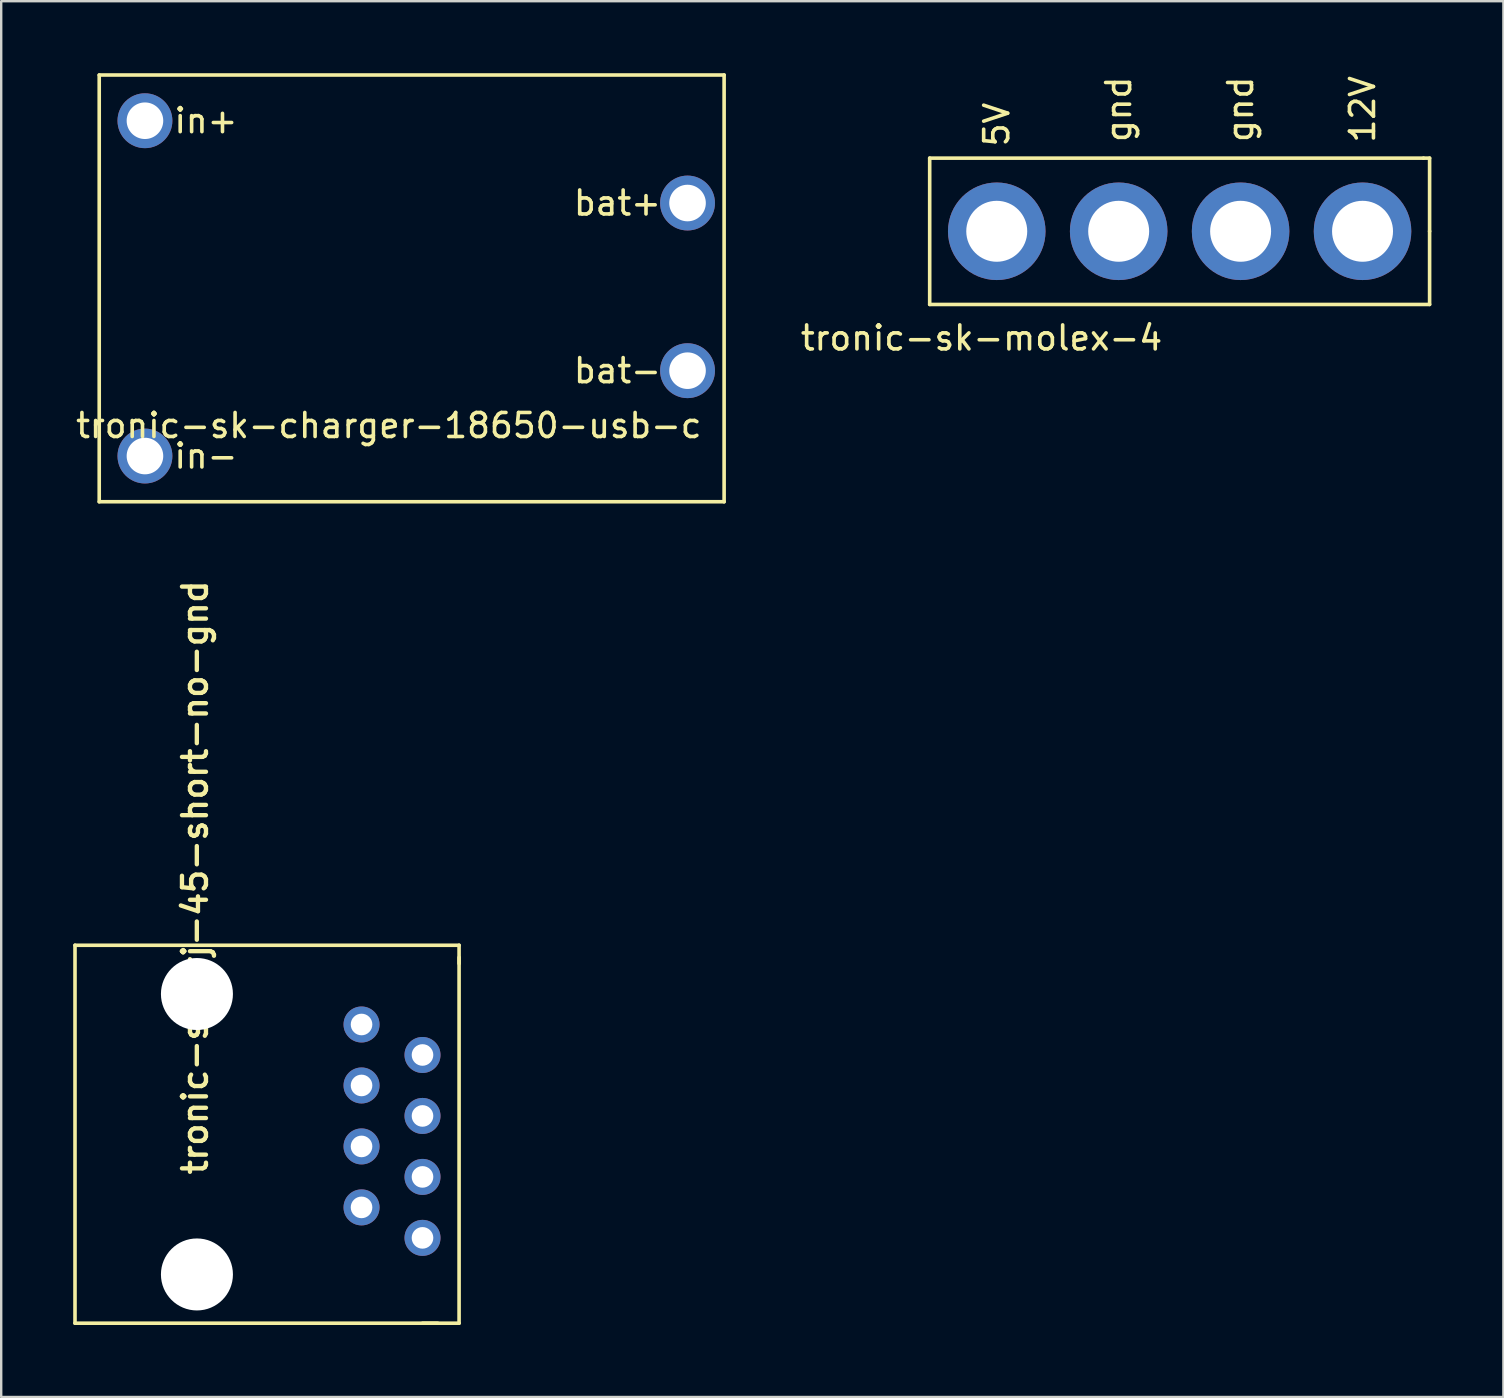
<source format=kicad_pcb>
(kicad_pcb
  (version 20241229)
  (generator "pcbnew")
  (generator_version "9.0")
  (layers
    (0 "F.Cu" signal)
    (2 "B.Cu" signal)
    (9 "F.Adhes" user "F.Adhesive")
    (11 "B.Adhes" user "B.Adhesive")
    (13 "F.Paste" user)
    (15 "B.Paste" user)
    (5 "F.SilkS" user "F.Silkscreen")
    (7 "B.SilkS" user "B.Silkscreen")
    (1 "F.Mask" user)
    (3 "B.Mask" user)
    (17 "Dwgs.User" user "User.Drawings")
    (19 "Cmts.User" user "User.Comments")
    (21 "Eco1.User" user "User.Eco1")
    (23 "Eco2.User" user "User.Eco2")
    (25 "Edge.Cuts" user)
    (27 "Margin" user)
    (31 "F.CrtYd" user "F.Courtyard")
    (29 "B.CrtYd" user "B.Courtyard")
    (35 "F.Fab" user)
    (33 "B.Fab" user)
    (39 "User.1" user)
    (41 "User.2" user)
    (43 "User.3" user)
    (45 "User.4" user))
  (footprint "tronic-sk-rj-45-short-no-gnd"
    (layer "F.Cu")
    (at 10.235 44.714)
    (property "Reference" "tronic-sk-rj-45-short-no-gnd" (at -4.572 1.27 90) (layer "F.SilkS") (effects (font (size 1 1) (thickness 0.18)) (justify left bottom)))
    (attr through_hole)
    (fp_line (start -10.16 -8.382) (end -10.16 7.366) (stroke (width 0.15) (type solid)) (layer "F.SilkS"))
    (fp_line (start -10.16 7.366) (end 4.953 7.366) (stroke (width 0.15) (type solid)) (layer "F.SilkS"))
    (fp_line (start 4.318 7.366) (end 5.842 7.366) (stroke (width 0.15) (type solid)) (layer "F.SilkS"))
    (fp_line (start 5.842 -8.382) (end -10.16 -8.382) (stroke (width 0.15) (type solid)) (layer "F.SilkS"))
    (fp_line (start 5.842 -8.382) (end 5.842 -7.62) (stroke (width 0.15) (type solid)) (layer "F.SilkS"))
    (fp_line (start 5.842 7.366) (end 5.842 -7.874) (stroke (width 0.15) (type solid)) (layer "F.SilkS"))
    (pad "" np_thru_hole circle (at -5.08 -6.35) (size 3 3) (drill 3) (layers "*.Cu"))
    (pad "" np_thru_hole circle (at -5.08 5.334) (size 3 3) (drill 3) (layers "*.Cu"))
    (pad "1" thru_hole circle (at 1.778 -5.08) (size 1.5 1.5) (drill 0.9) (layers "*.Cu" "*.Mask"))
    (pad "2" thru_hole circle (at 4.318 -3.81) (size 1.5 1.5) (drill 0.9) (layers "*.Cu" "*.Mask"))
    (pad "3" thru_hole circle (at 1.778 -2.54) (size 1.5 1.5) (drill 0.9) (layers "*.Cu" "*.Mask"))
    (pad "4" thru_hole circle (at 4.318 -1.27) (size 1.5 1.5) (drill 0.9) (layers "*.Cu" "*.Mask"))
    (pad "5" thru_hole circle (at 1.778 0) (size 1.5 1.5) (drill 0.9) (layers "*.Cu" "*.Mask"))
    (pad "6" thru_hole circle (at 4.318 1.27) (size 1.5 1.5) (drill 0.9) (layers "*.Cu" "*.Mask"))
    (pad "7" thru_hole circle (at 1.778 2.54) (size 1.5 1.5) (drill 0.9) (layers "*.Cu" "*.Mask"))
    (pad "8" thru_hole circle (at 4.318 3.81) (size 1.5 1.5) (drill 0.9) (layers "*.Cu" "*.Mask")))
  (footprint "tronic-sk-molex-4"
    (layer "F.Cu")
    (at 46.098 6.586)
    (property "Reference" "tronic-sk-molex-4" (at -8.255 4.445 0) (layer "F.SilkS") (effects (font (size 1 1) (thickness 0.15))))
    (attr through_hole)
    (fp_line (start -10.414 -3.048) (end 10.16 -3.048) (stroke (width 0.15) (type solid)) (layer "F.SilkS"))
    (fp_line (start -10.414 3.048) (end -10.414 -3.048) (stroke (width 0.15) (type solid)) (layer "F.SilkS"))
    (fp_line (start 10.16 -3.048) (end 10.414 -3.048) (stroke (width 0.15) (type solid)) (layer "F.SilkS"))
    (fp_line (start 10.414 -3.048) (end 10.414 0) (stroke (width 0.15) (type solid)) (layer "F.SilkS"))
    (fp_line (start 10.414 0) (end 10.414 3.048) (stroke (width 0.15) (type solid)) (layer "F.SilkS"))
    (fp_line (start 10.414 3.048) (end -10.414 3.048) (stroke (width 0.15) (type solid)) (layer "F.SilkS"))
    (fp_text user "gnd" (at 2.54 -5.08 90) (layer "F.SilkS") (effects (font (size 1 1) (thickness 0.15))))
    (fp_text user "gnd" (at -2.54 -5.08 90) (layer "F.SilkS") (effects (font (size 1 1) (thickness 0.15))))
    (fp_text user "5V" (at -7.62 -4.445 90) (layer "F.SilkS") (effects (font (size 1 1) (thickness 0.15))))
    (fp_text user "12V" (at 7.62 -5.08 90) (layer "F.SilkS") (effects (font (size 1 1) (thickness 0.15))))
    (pad "1" thru_hole circle (at -7.62 0) (size 4.064 4.064) (drill 2.54) (layers "*.Cu" "*.Mask"))
    (pad "2" thru_hole circle (at -2.54 0) (size 4.064 4.064) (drill 2.54) (layers "*.Cu" "*.Mask"))
    (pad "3" thru_hole circle (at 2.54 0) (size 4.064 4.064) (drill 2.54) (layers "*.Cu" "*.Mask"))
    (pad "4" thru_hole circle (at 7.62 0) (size 4.064 4.064) (drill 2.54) (layers "*.Cu" "*.Mask")))
  (footprint "tronic-sk-charger-18650-usb-c"
    (layer "F.Cu")
    (at 13.149 9.6)
    (property "Reference" "tronic-sk-charger-18650-usb-c" (at 0 5.08 0) (layer "F.SilkS") (effects (font (size 1 1) (thickness 0.15))))
    (attr through_hole)
    (fp_line (start -12.065 -9.525) (end 13.97 -9.525) (stroke (width 0.15) (type solid)) (layer "F.SilkS"))
    (fp_line (start -12.065 8.255) (end -12.065 -9.525) (stroke (width 0.15) (type solid)) (layer "F.SilkS"))
    (fp_line (start 13.97 -9.525) (end 13.97 8.255) (stroke (width 0.15) (type solid)) (layer "F.SilkS"))
    (fp_line (start 13.97 8.255) (end -12.065 8.255) (stroke (width 0.15) (type solid)) (layer "F.SilkS"))
    (fp_text user "in-" (at -7.62 6.35 0) (layer "F.SilkS") (effects (font (size 1 1) (thickness 0.15))))
    (fp_text user "bat-" (at 9.525 2.794 0) (layer "F.SilkS") (effects (font (size 1 1) (thickness 0.15))))
    (fp_text user "in+" (at -7.62 -7.62 0) (layer "F.SilkS") (effects (font (size 1 1) (thickness 0.15))))
    (fp_text user "bat+" (at 9.525 -4.191 0) (layer "F.SilkS") (effects (font (size 1 1) (thickness 0.15))))
    (pad "1" thru_hole circle (at -10.16 -7.62) (size 2.286 2.286) (drill 1.524) (layers "*.Cu" "*.Mask"))
    (pad "2" thru_hole circle (at -10.16 6.35) (size 2.286 2.286) (drill 1.524) (layers "*.Cu" "*.Mask"))
    (pad "3" thru_hole circle (at 12.446 -4.191) (size 2.286 2.286) (drill 1.524) (layers "*.Cu" "*.Mask"))
    (pad "4" thru_hole circle (at 12.446 2.794) (size 2.286 2.286) (drill 1.524) (layers "*.Cu" "*.Mask")))
  (gr_rect
    (start -3 -3)
    (end 59.587 55.155)
    (stroke (width 0.1) (type default))
    (fill no)
    (layer "Edge.Cuts")))
</source>
